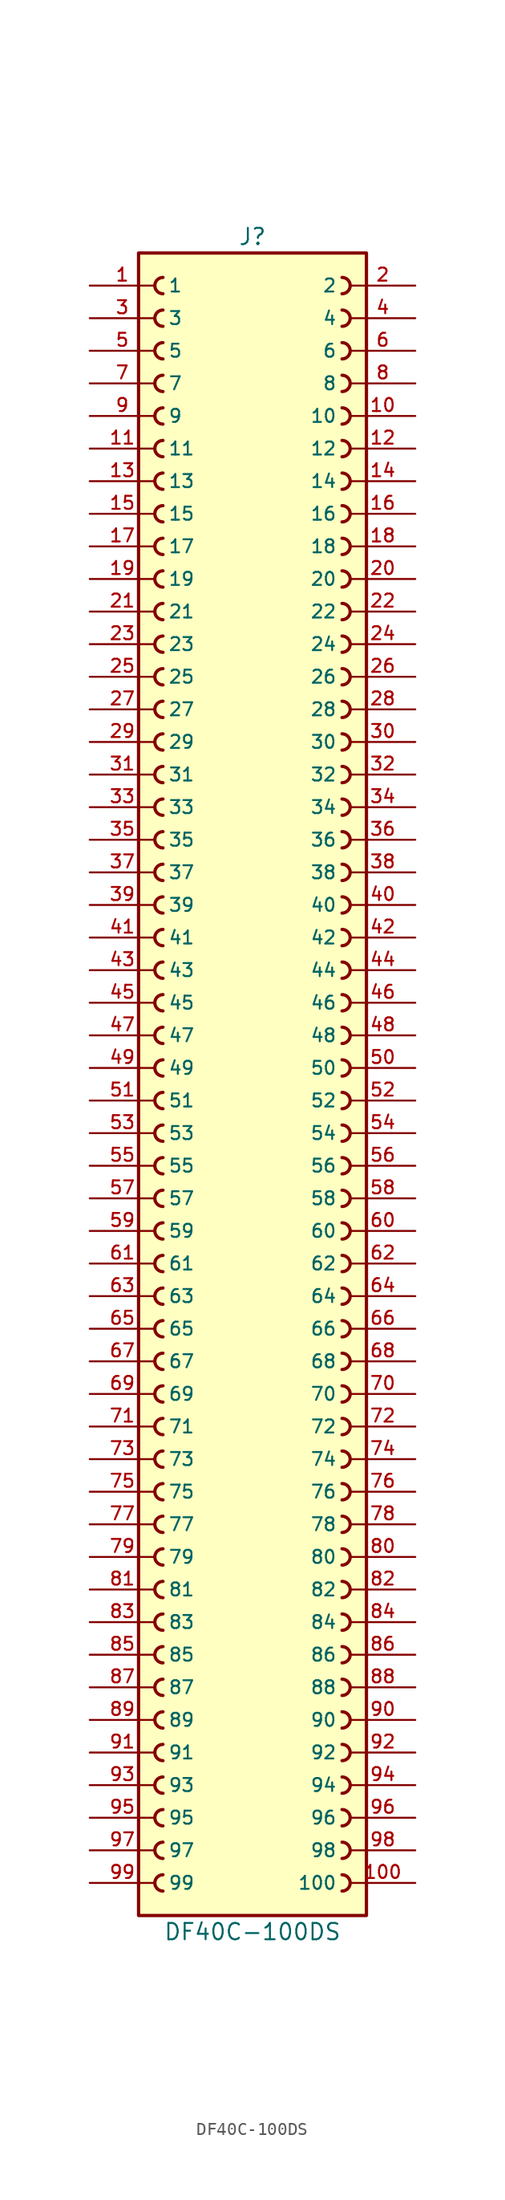
<source format=kicad_sym>
(kicad_symbol_lib
  (version 20241209)
  (generator "kicad_symbol_editor")
  (generator_version "9.0")
  (symbol "DF40C-100DS"
    (pin_names
      (offset 1.016))
    (property "Reference" "J"
      (at 0 64.77 0)
      (effects (font (size 1.27 1.27))))
    (property "Value" "DF40C-100DS"
      (at 0 -67.31 0)
      (effects (font (size 1.27 1.27))))
    (symbol "DF40C-100DS_0_0"
      (rectangle (start -8.89 63.5) (end 8.89 -66.04) (stroke (width 0.254) (type default)) (fill (type background)))
      (arc (start -6.985 60.325) (mid -7.6172 60.96) (end -6.985 61.595) (stroke (width 0.254) (type default)) (fill (type none)))
      (arc (start -6.985 57.785) (mid -7.6172 58.42) (end -6.985 59.055) (stroke (width 0.254) (type default)) (fill (type none)))
      (arc (start -6.985 55.245) (mid -7.6172 55.88) (end -6.985 56.515) (stroke (width 0.254) (type default)) (fill (type none)))
      (arc (start -6.985 52.705) (mid -7.6172 53.34) (end -6.985 53.975) (stroke (width 0.254) (type default)) (fill (type none)))
      (arc (start -6.985 50.165) (mid -7.6172 50.8) (end -6.985 51.435) (stroke (width 0.254) (type default)) (fill (type none)))
      (arc (start -6.985 47.625) (mid -7.6172 48.26) (end -6.985 48.895) (stroke (width 0.254) (type default)) (fill (type none)))
      (arc (start -6.985 45.085) (mid -7.6172 45.72) (end -6.985 46.355) (stroke (width 0.254) (type default)) (fill (type none)))
      (arc (start -6.985 42.545) (mid -7.6172 43.18) (end -6.985 43.815) (stroke (width 0.254) (type default)) (fill (type none)))
      (arc (start -6.985 40.005) (mid -7.6172 40.64) (end -6.985 41.275) (stroke (width 0.254) (type default)) (fill (type none)))
      (arc (start -6.985 37.465) (mid -7.6172 38.1) (end -6.985 38.735) (stroke (width 0.254) (type default)) (fill (type none)))
      (arc (start -6.985 34.925) (mid -7.6172 35.56) (end -6.985 36.195) (stroke (width 0.254) (type default)) (fill (type none)))
      (arc (start -6.985 32.385) (mid -7.6172 33.02) (end -6.985 33.655) (stroke (width 0.254) (type default)) (fill (type none)))
      (arc (start -6.985 29.845) (mid -7.6172 30.48) (end -6.985 31.115) (stroke (width 0.254) (type default)) (fill (type none)))
      (arc (start -6.985 27.305) (mid -7.6172 27.94) (end -6.985 28.575) (stroke (width 0.254) (type default)) (fill (type none)))
      (arc (start -6.985 24.765) (mid -7.6172 25.4) (end -6.985 26.035) (stroke (width 0.254) (type default)) (fill (type none)))
      (arc (start -6.985 22.225) (mid -7.6172 22.86) (end -6.985 23.495) (stroke (width 0.254) (type default)) (fill (type none)))
      (arc (start -6.985 19.685) (mid -7.6172 20.32) (end -6.985 20.955) (stroke (width 0.254) (type default)) (fill (type none)))
      (arc (start -6.985 17.145) (mid -7.6172 17.78) (end -6.985 18.415) (stroke (width 0.254) (type default)) (fill (type none)))
      (arc (start -6.985 14.605) (mid -7.6172 15.24) (end -6.985 15.875) (stroke (width 0.254) (type default)) (fill (type none)))
      (arc (start -6.985 12.065) (mid -7.6172 12.7) (end -6.985 13.335) (stroke (width 0.254) (type default)) (fill (type none)))
      (arc (start -6.985 9.525) (mid -7.6172 10.16) (end -6.985 10.795) (stroke (width 0.254) (type default)) (fill (type none)))
      (arc (start -6.985 6.985) (mid -7.6172 7.62) (end -6.985 8.255) (stroke (width 0.254) (type default)) (fill (type none)))
      (arc (start -6.985 4.445) (mid -7.6172 5.08) (end -6.985 5.715) (stroke (width 0.254) (type default)) (fill (type none)))
      (arc (start -6.985 1.905) (mid -7.6172 2.54) (end -6.985 3.175) (stroke (width 0.254) (type default)) (fill (type none)))
      (arc (start -6.985 -0.635) (mid -7.6172 0) (end -6.985 0.635) (stroke (width 0.254) (type default)) (fill (type none)))
      (arc (start -6.985 -3.175) (mid -7.6172 -2.54) (end -6.985 -1.905) (stroke (width 0.254) (type default)) (fill (type none)))
      (arc (start -6.985 -5.715) (mid -7.6172 -5.08) (end -6.985 -4.445) (stroke (width 0.254) (type default)) (fill (type none)))
      (arc (start -6.985 -8.255) (mid -7.6172 -7.62) (end -6.985 -6.985) (stroke (width 0.254) (type default)) (fill (type none)))
      (arc (start -6.985 -10.795) (mid -7.6172 -10.16) (end -6.985 -9.525) (stroke (width 0.254) (type default)) (fill (type none)))
      (arc (start -6.985 -13.335) (mid -7.6172 -12.7) (end -6.985 -12.065) (stroke (width 0.254) (type default)) (fill (type none)))
      (arc (start -6.985 -15.875) (mid -7.6172 -15.24) (end -6.985 -14.605) (stroke (width 0.254) (type default)) (fill (type none)))
      (arc (start -6.985 -18.415) (mid -7.6172 -17.78) (end -6.985 -17.145) (stroke (width 0.254) (type default)) (fill (type none)))
      (arc (start -6.985 -20.955) (mid -7.6172 -20.32) (end -6.985 -19.685) (stroke (width 0.254) (type default)) (fill (type none)))
      (arc (start -6.985 -23.495) (mid -7.6172 -22.86) (end -6.985 -22.225) (stroke (width 0.254) (type default)) (fill (type none)))
      (arc (start -6.985 -26.035) (mid -7.6172 -25.4) (end -6.985 -24.765) (stroke (width 0.254) (type default)) (fill (type none)))
      (arc (start -6.985 -28.575) (mid -7.6172 -27.94) (end -6.985 -27.305) (stroke (width 0.254) (type default)) (fill (type none)))
      (arc (start -6.985 -31.115) (mid -7.6172 -30.48) (end -6.985 -29.845) (stroke (width 0.254) (type default)) (fill (type none)))
      (arc (start -6.985 -33.655) (mid -7.6172 -33.02) (end -6.985 -32.385) (stroke (width 0.254) (type default)) (fill (type none)))
      (arc (start -6.985 -36.195) (mid -7.6172 -35.56) (end -6.985 -34.925) (stroke (width 0.254) (type default)) (fill (type none)))
      (arc (start -6.985 -38.735) (mid -7.6172 -38.1) (end -6.985 -37.465) (stroke (width 0.254) (type default)) (fill (type none)))
      (arc (start -6.985 -41.275) (mid -7.6172 -40.64) (end -6.985 -40.005) (stroke (width 0.254) (type default)) (fill (type none)))
      (arc (start -6.985 -43.815) (mid -7.6172 -43.18) (end -6.985 -42.545) (stroke (width 0.254) (type default)) (fill (type none)))
      (arc (start -6.985 -46.355) (mid -7.6172 -45.72) (end -6.985 -45.085) (stroke (width 0.254) (type default)) (fill (type none)))
      (arc (start -6.985 -48.895) (mid -7.6172 -48.26) (end -6.985 -47.625) (stroke (width 0.254) (type default)) (fill (type none)))
      (arc (start -6.985 -51.435) (mid -7.6172 -50.8) (end -6.985 -50.165) (stroke (width 0.254) (type default)) (fill (type none)))
      (arc (start -6.985 -53.975) (mid -7.6172 -53.34) (end -6.985 -52.705) (stroke (width 0.254) (type default)) (fill (type none)))
      (arc (start -6.985 -56.515) (mid -7.6172 -55.88) (end -6.985 -55.245) (stroke (width 0.254) (type default)) (fill (type none)))
      (arc (start -6.985 -59.055) (mid -7.6172 -58.42) (end -6.985 -57.785) (stroke (width 0.254) (type default)) (fill (type none)))
      (arc (start -6.985 -61.595) (mid -7.6172 -60.96) (end -6.985 -60.325) (stroke (width 0.254) (type default)) (fill (type none)))
      (arc (start -6.985 -64.135) (mid -7.6172 -63.5) (end -6.985 -62.865) (stroke (width 0.254) (type default)) (fill (type none)))
      (arc (start 6.985 61.595) (mid 7.6172 60.96) (end 6.985 60.325) (stroke (width 0.254) (type default)) (fill (type none)))
      (arc (start 6.985 59.055) (mid 7.6172 58.42) (end 6.985 57.785) (stroke (width 0.254) (type default)) (fill (type none)))
      (arc (start 6.985 56.515) (mid 7.6172 55.88) (end 6.985 55.245) (stroke (width 0.254) (type default)) (fill (type none)))
      (arc (start 6.985 53.975) (mid 7.6172 53.34) (end 6.985 52.705) (stroke (width 0.254) (type default)) (fill (type none)))
      (arc (start 6.985 51.435) (mid 7.6172 50.8) (end 6.985 50.165) (stroke (width 0.254) (type default)) (fill (type none)))
      (arc (start 6.985 48.895) (mid 7.6172 48.26) (end 6.985 47.625) (stroke (width 0.254) (type default)) (fill (type none)))
      (arc (start 6.985 46.355) (mid 7.6172 45.72) (end 6.985 45.085) (stroke (width 0.254) (type default)) (fill (type none)))
      (arc (start 6.985 43.815) (mid 7.6172 43.18) (end 6.985 42.545) (stroke (width 0.254) (type default)) (fill (type none)))
      (arc (start 6.985 41.275) (mid 7.6172 40.64) (end 6.985 40.005) (stroke (width 0.254) (type default)) (fill (type none)))
      (arc (start 6.985 38.735) (mid 7.6172 38.1) (end 6.985 37.465) (stroke (width 0.254) (type default)) (fill (type none)))
      (arc (start 6.985 36.195) (mid 7.6172 35.56) (end 6.985 34.925) (stroke (width 0.254) (type default)) (fill (type none)))
      (arc (start 6.985 33.655) (mid 7.6172 33.02) (end 6.985 32.385) (stroke (width 0.254) (type default)) (fill (type none)))
      (arc (start 6.985 31.115) (mid 7.6172 30.48) (end 6.985 29.845) (stroke (width 0.254) (type default)) (fill (type none)))
      (arc (start 6.985 28.575) (mid 7.6172 27.94) (end 6.985 27.305) (stroke (width 0.254) (type default)) (fill (type none)))
      (arc (start 6.985 26.035) (mid 7.6172 25.4) (end 6.985 24.765) (stroke (width 0.254) (type default)) (fill (type none)))
      (arc (start 6.985 23.495) (mid 7.6172 22.86) (end 6.985 22.225) (stroke (width 0.254) (type default)) (fill (type none)))
      (arc (start 6.985 20.955) (mid 7.6172 20.32) (end 6.985 19.685) (stroke (width 0.254) (type default)) (fill (type none)))
      (arc (start 6.985 18.415) (mid 7.6172 17.78) (end 6.985 17.145) (stroke (width 0.254) (type default)) (fill (type none)))
      (arc (start 6.985 15.875) (mid 7.6172 15.24) (end 6.985 14.605) (stroke (width 0.254) (type default)) (fill (type none)))
      (arc (start 6.985 13.335) (mid 7.6172 12.7) (end 6.985 12.065) (stroke (width 0.254) (type default)) (fill (type none)))
      (arc (start 6.985 10.795) (mid 7.6172 10.16) (end 6.985 9.525) (stroke (width 0.254) (type default)) (fill (type none)))
      (arc (start 6.985 8.255) (mid 7.6172 7.62) (end 6.985 6.985) (stroke (width 0.254) (type default)) (fill (type none)))
      (arc (start 6.985 5.715) (mid 7.6172 5.08) (end 6.985 4.445) (stroke (width 0.254) (type default)) (fill (type none)))
      (arc (start 6.985 3.175) (mid 7.6172 2.54) (end 6.985 1.905) (stroke (width 0.254) (type default)) (fill (type none)))
      (arc (start 6.985 0.635) (mid 7.6172 0) (end 6.985 -0.635) (stroke (width 0.254) (type default)) (fill (type none)))
      (arc (start 6.985 -1.905) (mid 7.6172 -2.54) (end 6.985 -3.175) (stroke (width 0.254) (type default)) (fill (type none)))
      (arc (start 6.985 -4.445) (mid 7.6172 -5.08) (end 6.985 -5.715) (stroke (width 0.254) (type default)) (fill (type none)))
      (arc (start 6.985 -6.985) (mid 7.6172 -7.62) (end 6.985 -8.255) (stroke (width 0.254) (type default)) (fill (type none)))
      (arc (start 6.985 -9.525) (mid 7.6172 -10.16) (end 6.985 -10.795) (stroke (width 0.254) (type default)) (fill (type none)))
      (arc (start 6.985 -12.065) (mid 7.6172 -12.7) (end 6.985 -13.335) (stroke (width 0.254) (type default)) (fill (type none)))
      (arc (start 6.985 -14.605) (mid 7.6172 -15.24) (end 6.985 -15.875) (stroke (width 0.254) (type default)) (fill (type none)))
      (arc (start 6.985 -17.145) (mid 7.6172 -17.78) (end 6.985 -18.415) (stroke (width 0.254) (type default)) (fill (type none)))
      (arc (start 6.985 -19.685) (mid 7.6172 -20.32) (end 6.985 -20.955) (stroke (width 0.254) (type default)) (fill (type none)))
      (arc (start 6.985 -22.225) (mid 7.6172 -22.86) (end 6.985 -23.495) (stroke (width 0.254) (type default)) (fill (type none)))
      (arc (start 6.985 -24.765) (mid 7.6172 -25.4) (end 6.985 -26.035) (stroke (width 0.254) (type default)) (fill (type none)))
      (arc (start 6.985 -27.305) (mid 7.6172 -27.94) (end 6.985 -28.575) (stroke (width 0.254) (type default)) (fill (type none)))
      (arc (start 6.985 -29.845) (mid 7.6172 -30.48) (end 6.985 -31.115) (stroke (width 0.254) (type default)) (fill (type none)))
      (arc (start 6.985 -32.385) (mid 7.6172 -33.02) (end 6.985 -33.655) (stroke (width 0.254) (type default)) (fill (type none)))
      (arc (start 6.985 -34.925) (mid 7.6172 -35.56) (end 6.985 -36.195) (stroke (width 0.254) (type default)) (fill (type none)))
      (arc (start 6.985 -37.465) (mid 7.6172 -38.1) (end 6.985 -38.735) (stroke (width 0.254) (type default)) (fill (type none)))
      (arc (start 6.985 -40.005) (mid 7.6172 -40.64) (end 6.985 -41.275) (stroke (width 0.254) (type default)) (fill (type none)))
      (arc (start 6.985 -42.545) (mid 7.6172 -43.18) (end 6.985 -43.815) (stroke (width 0.254) (type default)) (fill (type none)))
      (arc (start 6.985 -45.085) (mid 7.6172 -45.72) (end 6.985 -46.355) (stroke (width 0.254) (type default)) (fill (type none)))
      (arc (start 6.985 -47.625) (mid 7.6172 -48.26) (end 6.985 -48.895) (stroke (width 0.254) (type default)) (fill (type none)))
      (arc (start 6.985 -50.165) (mid 7.6172 -50.8) (end 6.985 -51.435) (stroke (width 0.254) (type default)) (fill (type none)))
      (arc (start 6.985 -52.705) (mid 7.6172 -53.34) (end 6.985 -53.975) (stroke (width 0.254) (type default)) (fill (type none)))
      (arc (start 6.985 -55.245) (mid 7.6172 -55.88) (end 6.985 -56.515) (stroke (width 0.254) (type default)) (fill (type none)))
      (arc (start 6.985 -57.785) (mid 7.6172 -58.42) (end 6.985 -59.055) (stroke (width 0.254) (type default)) (fill (type none)))
      (arc (start 6.985 -60.325) (mid 7.6172 -60.96) (end 6.985 -61.595) (stroke (width 0.254) (type default)) (fill (type none)))
      (arc (start 6.985 -62.865) (mid 7.6172 -63.5) (end 6.985 -64.135) (stroke (width 0.254) (type default)) (fill (type none)))
      (pin passive line (at -12.7 60.96 0) (length 5.08) (name "1" (effects (font (size 1.016 1.016)))) (number "1" (effects (font (size 1.016 1.016)))))
      (pin passive line (at -12.7 58.42 0) (length 5.08) (name "3" (effects (font (size 1.016 1.016)))) (number "3" (effects (font (size 1.016 1.016)))))
      (pin passive line (at -12.7 55.88 0) (length 5.08) (name "5" (effects (font (size 1.016 1.016)))) (number "5" (effects (font (size 1.016 1.016)))))
      (pin passive line (at -12.7 53.34 0) (length 5.08) (name "7" (effects (font (size 1.016 1.016)))) (number "7" (effects (font (size 1.016 1.016)))))
      (pin passive line (at -12.7 50.8 0) (length 5.08) (name "9" (effects (font (size 1.016 1.016)))) (number "9" (effects (font (size 1.016 1.016)))))
      (pin passive line (at -12.7 48.26 0) (length 5.08) (name "11" (effects (font (size 1.016 1.016)))) (number "11" (effects (font (size 1.016 1.016)))))
      (pin passive line (at -12.7 45.72 0) (length 5.08) (name "13" (effects (font (size 1.016 1.016)))) (number "13" (effects (font (size 1.016 1.016)))))
      (pin passive line (at -12.7 43.18 0) (length 5.08) (name "15" (effects (font (size 1.016 1.016)))) (number "15" (effects (font (size 1.016 1.016)))))
      (pin passive line (at -12.7 40.64 0) (length 5.08) (name "17" (effects (font (size 1.016 1.016)))) (number "17" (effects (font (size 1.016 1.016)))))
      (pin passive line (at -12.7 38.1 0) (length 5.08) (name "19" (effects (font (size 1.016 1.016)))) (number "19" (effects (font (size 1.016 1.016)))))
      (pin passive line (at -12.7 35.56 0) (length 5.08) (name "21" (effects (font (size 1.016 1.016)))) (number "21" (effects (font (size 1.016 1.016)))))
      (pin passive line (at -12.7 33.02 0) (length 5.08) (name "23" (effects (font (size 1.016 1.016)))) (number "23" (effects (font (size 1.016 1.016)))))
      (pin passive line (at -12.7 30.48 0) (length 5.08) (name "25" (effects (font (size 1.016 1.016)))) (number "25" (effects (font (size 1.016 1.016)))))
      (pin passive line (at -12.7 27.94 0) (length 5.08) (name "27" (effects (font (size 1.016 1.016)))) (number "27" (effects (font (size 1.016 1.016)))))
      (pin passive line (at -12.7 25.4 0) (length 5.08) (name "29" (effects (font (size 1.016 1.016)))) (number "29" (effects (font (size 1.016 1.016)))))
      (pin passive line (at -12.7 22.86 0) (length 5.08) (name "31" (effects (font (size 1.016 1.016)))) (number "31" (effects (font (size 1.016 1.016)))))
      (pin passive line (at -12.7 20.32 0) (length 5.08) (name "33" (effects (font (size 1.016 1.016)))) (number "33" (effects (font (size 1.016 1.016)))))
      (pin passive line (at -12.7 17.78 0) (length 5.08) (name "35" (effects (font (size 1.016 1.016)))) (number "35" (effects (font (size 1.016 1.016)))))
      (pin passive line (at -12.7 15.24 0) (length 5.08) (name "37" (effects (font (size 1.016 1.016)))) (number "37" (effects (font (size 1.016 1.016)))))
      (pin passive line (at -12.7 12.7 0) (length 5.08) (name "39" (effects (font (size 1.016 1.016)))) (number "39" (effects (font (size 1.016 1.016)))))
      (pin passive line (at -12.7 10.16 0) (length 5.08) (name "41" (effects (font (size 1.016 1.016)))) (number "41" (effects (font (size 1.016 1.016)))))
      (pin passive line (at -12.7 7.62 0) (length 5.08) (name "43" (effects (font (size 1.016 1.016)))) (number "43" (effects (font (size 1.016 1.016)))))
      (pin passive line (at -12.7 5.08 0) (length 5.08) (name "45" (effects (font (size 1.016 1.016)))) (number "45" (effects (font (size 1.016 1.016)))))
      (pin passive line (at -12.7 2.54 0) (length 5.08) (name "47" (effects (font (size 1.016 1.016)))) (number "47" (effects (font (size 1.016 1.016)))))
      (pin passive line (at -12.7 0 0) (length 5.08) (name "49" (effects (font (size 1.016 1.016)))) (number "49" (effects (font (size 1.016 1.016)))))
      (pin passive line (at -12.7 -2.54 0) (length 5.08) (name "51" (effects (font (size 1.016 1.016)))) (number "51" (effects (font (size 1.016 1.016)))))
      (pin passive line (at -12.7 -5.08 0) (length 5.08) (name "53" (effects (font (size 1.016 1.016)))) (number "53" (effects (font (size 1.016 1.016)))))
      (pin passive line (at -12.7 -7.62 0) (length 5.08) (name "55" (effects (font (size 1.016 1.016)))) (number "55" (effects (font (size 1.016 1.016)))))
      (pin passive line (at -12.7 -10.16 0) (length 5.08) (name "57" (effects (font (size 1.016 1.016)))) (number "57" (effects (font (size 1.016 1.016)))))
      (pin passive line (at -12.7 -12.7 0) (length 5.08) (name "59" (effects (font (size 1.016 1.016)))) (number "59" (effects (font (size 1.016 1.016)))))
      (pin passive line (at -12.7 -15.24 0) (length 5.08) (name "61" (effects (font (size 1.016 1.016)))) (number "61" (effects (font (size 1.016 1.016)))))
      (pin passive line (at -12.7 -17.78 0) (length 5.08) (name "63" (effects (font (size 1.016 1.016)))) (number "63" (effects (font (size 1.016 1.016)))))
      (pin passive line (at -12.7 -20.32 0) (length 5.08) (name "65" (effects (font (size 1.016 1.016)))) (number "65" (effects (font (size 1.016 1.016)))))
      (pin passive line (at -12.7 -22.86 0) (length 5.08) (name "67" (effects (font (size 1.016 1.016)))) (number "67" (effects (font (size 1.016 1.016)))))
      (pin passive line (at -12.7 -25.4 0) (length 5.08) (name "69" (effects (font (size 1.016 1.016)))) (number "69" (effects (font (size 1.016 1.016)))))
      (pin passive line (at -12.7 -27.94 0) (length 5.08) (name "71" (effects (font (size 1.016 1.016)))) (number "71" (effects (font (size 1.016 1.016)))))
      (pin passive line (at -12.7 -30.48 0) (length 5.08) (name "73" (effects (font (size 1.016 1.016)))) (number "73" (effects (font (size 1.016 1.016)))))
      (pin passive line (at -12.7 -33.02 0) (length 5.08) (name "75" (effects (font (size 1.016 1.016)))) (number "75" (effects (font (size 1.016 1.016)))))
      (pin passive line (at -12.7 -35.56 0) (length 5.08) (name "77" (effects (font (size 1.016 1.016)))) (number "77" (effects (font (size 1.016 1.016)))))
      (pin passive line (at -12.7 -38.1 0) (length 5.08) (name "79" (effects (font (size 1.016 1.016)))) (number "79" (effects (font (size 1.016 1.016)))))
      (pin passive line (at -12.7 -40.64 0) (length 5.08) (name "81" (effects (font (size 1.016 1.016)))) (number "81" (effects (font (size 1.016 1.016)))))
      (pin passive line (at -12.7 -43.18 0) (length 5.08) (name "83" (effects (font (size 1.016 1.016)))) (number "83" (effects (font (size 1.016 1.016)))))
      (pin passive line (at -12.7 -45.72 0) (length 5.08) (name "85" (effects (font (size 1.016 1.016)))) (number "85" (effects (font (size 1.016 1.016)))))
      (pin passive line (at -12.7 -48.26 0) (length 5.08) (name "87" (effects (font (size 1.016 1.016)))) (number "87" (effects (font (size 1.016 1.016)))))
      (pin passive line (at -12.7 -50.8 0) (length 5.08) (name "89" (effects (font (size 1.016 1.016)))) (number "89" (effects (font (size 1.016 1.016)))))
      (pin passive line (at -12.7 -53.34 0) (length 5.08) (name "91" (effects (font (size 1.016 1.016)))) (number "91" (effects (font (size 1.016 1.016)))))
      (pin passive line (at -12.7 -55.88 0) (length 5.08) (name "93" (effects (font (size 1.016 1.016)))) (number "93" (effects (font (size 1.016 1.016)))))
      (pin passive line (at -12.7 -58.42 0) (length 5.08) (name "95" (effects (font (size 1.016 1.016)))) (number "95" (effects (font (size 1.016 1.016)))))
      (pin passive line (at -12.7 -60.96 0) (length 5.08) (name "97" (effects (font (size 1.016 1.016)))) (number "97" (effects (font (size 1.016 1.016)))))
      (pin passive line (at -12.7 -63.5 0) (length 5.08) (name "99" (effects (font (size 1.016 1.016)))) (number "99" (effects (font (size 1.016 1.016)))))
      (pin passive line (at 12.7 60.96 180) (length 5.08) (name "2" (effects (font (size 1.016 1.016)))) (number "2" (effects (font (size 1.016 1.016)))))
      (pin passive line (at 12.7 58.42 180) (length 5.08) (name "4" (effects (font (size 1.016 1.016)))) (number "4" (effects (font (size 1.016 1.016)))))
      (pin passive line (at 12.7 55.88 180) (length 5.08) (name "6" (effects (font (size 1.016 1.016)))) (number "6" (effects (font (size 1.016 1.016)))))
      (pin passive line (at 12.7 53.34 180) (length 5.08) (name "8" (effects (font (size 1.016 1.016)))) (number "8" (effects (font (size 1.016 1.016)))))
      (pin passive line (at 12.7 50.8 180) (length 5.08) (name "10" (effects (font (size 1.016 1.016)))) (number "10" (effects (font (size 1.016 1.016)))))
      (pin passive line (at 12.7 48.26 180) (length 5.08) (name "12" (effects (font (size 1.016 1.016)))) (number "12" (effects (font (size 1.016 1.016)))))
      (pin passive line (at 12.7 45.72 180) (length 5.08) (name "14" (effects (font (size 1.016 1.016)))) (number "14" (effects (font (size 1.016 1.016)))))
      (pin passive line (at 12.7 43.18 180) (length 5.08) (name "16" (effects (font (size 1.016 1.016)))) (number "16" (effects (font (size 1.016 1.016)))))
      (pin passive line (at 12.7 40.64 180) (length 5.08) (name "18" (effects (font (size 1.016 1.016)))) (number "18" (effects (font (size 1.016 1.016)))))
      (pin passive line (at 12.7 38.1 180) (length 5.08) (name "20" (effects (font (size 1.016 1.016)))) (number "20" (effects (font (size 1.016 1.016)))))
      (pin passive line (at 12.7 35.56 180) (length 5.08) (name "22" (effects (font (size 1.016 1.016)))) (number "22" (effects (font (size 1.016 1.016)))))
      (pin passive line (at 12.7 33.02 180) (length 5.08) (name "24" (effects (font (size 1.016 1.016)))) (number "24" (effects (font (size 1.016 1.016)))))
      (pin passive line (at 12.7 30.48 180) (length 5.08) (name "26" (effects (font (size 1.016 1.016)))) (number "26" (effects (font (size 1.016 1.016)))))
      (pin passive line (at 12.7 27.94 180) (length 5.08) (name "28" (effects (font (size 1.016 1.016)))) (number "28" (effects (font (size 1.016 1.016)))))
      (pin passive line (at 12.7 25.4 180) (length 5.08) (name "30" (effects (font (size 1.016 1.016)))) (number "30" (effects (font (size 1.016 1.016)))))
      (pin passive line (at 12.7 22.86 180) (length 5.08) (name "32" (effects (font (size 1.016 1.016)))) (number "32" (effects (font (size 1.016 1.016)))))
      (pin passive line (at 12.7 20.32 180) (length 5.08) (name "34" (effects (font (size 1.016 1.016)))) (number "34" (effects (font (size 1.016 1.016)))))
      (pin passive line (at 12.7 17.78 180) (length 5.08) (name "36" (effects (font (size 1.016 1.016)))) (number "36" (effects (font (size 1.016 1.016)))))
      (pin passive line (at 12.7 15.24 180) (length 5.08) (name "38" (effects (font (size 1.016 1.016)))) (number "38" (effects (font (size 1.016 1.016)))))
      (pin passive line (at 12.7 12.7 180) (length 5.08) (name "40" (effects (font (size 1.016 1.016)))) (number "40" (effects (font (size 1.016 1.016)))))
      (pin passive line (at 12.7 10.16 180) (length 5.08) (name "42" (effects (font (size 1.016 1.016)))) (number "42" (effects (font (size 1.016 1.016)))))
      (pin passive line (at 12.7 7.62 180) (length 5.08) (name "44" (effects (font (size 1.016 1.016)))) (number "44" (effects (font (size 1.016 1.016)))))
      (pin passive line (at 12.7 5.08 180) (length 5.08) (name "46" (effects (font (size 1.016 1.016)))) (number "46" (effects (font (size 1.016 1.016)))))
      (pin passive line (at 12.7 2.54 180) (length 5.08) (name "48" (effects (font (size 1.016 1.016)))) (number "48" (effects (font (size 1.016 1.016)))))
      (pin passive line (at 12.7 0 180) (length 5.08) (name "50" (effects (font (size 1.016 1.016)))) (number "50" (effects (font (size 1.016 1.016)))))
      (pin passive line (at 12.7 -2.54 180) (length 5.08) (name "52" (effects (font (size 1.016 1.016)))) (number "52" (effects (font (size 1.016 1.016)))))
      (pin passive line (at 12.7 -5.08 180) (length 5.08) (name "54" (effects (font (size 1.016 1.016)))) (number "54" (effects (font (size 1.016 1.016)))))
      (pin passive line (at 12.7 -7.62 180) (length 5.08) (name "56" (effects (font (size 1.016 1.016)))) (number "56" (effects (font (size 1.016 1.016)))))
      (pin passive line (at 12.7 -10.16 180) (length 5.08) (name "58" (effects (font (size 1.016 1.016)))) (number "58" (effects (font (size 1.016 1.016)))))
      (pin passive line (at 12.7 -12.7 180) (length 5.08) (name "60" (effects (font (size 1.016 1.016)))) (number "60" (effects (font (size 1.016 1.016)))))
      (pin passive line (at 12.7 -15.24 180) (length 5.08) (name "62" (effects (font (size 1.016 1.016)))) (number "62" (effects (font (size 1.016 1.016)))))
      (pin passive line (at 12.7 -17.78 180) (length 5.08) (name "64" (effects (font (size 1.016 1.016)))) (number "64" (effects (font (size 1.016 1.016)))))
      (pin passive line (at 12.7 -20.32 180) (length 5.08) (name "66" (effects (font (size 1.016 1.016)))) (number "66" (effects (font (size 1.016 1.016)))))
      (pin passive line (at 12.7 -22.86 180) (length 5.08) (name "68" (effects (font (size 1.016 1.016)))) (number "68" (effects (font (size 1.016 1.016)))))
      (pin passive line (at 12.7 -25.4 180) (length 5.08) (name "70" (effects (font (size 1.016 1.016)))) (number "70" (effects (font (size 1.016 1.016)))))
      (pin passive line (at 12.7 -27.94 180) (length 5.08) (name "72" (effects (font (size 1.016 1.016)))) (number "72" (effects (font (size 1.016 1.016)))))
      (pin passive line (at 12.7 -30.48 180) (length 5.08) (name "74" (effects (font (size 1.016 1.016)))) (number "74" (effects (font (size 1.016 1.016)))))
      (pin passive line (at 12.7 -33.02 180) (length 5.08) (name "76" (effects (font (size 1.016 1.016)))) (number "76" (effects (font (size 1.016 1.016)))))
      (pin passive line (at 12.7 -35.56 180) (length 5.08) (name "78" (effects (font (size 1.016 1.016)))) (number "78" (effects (font (size 1.016 1.016)))))
      (pin passive line (at 12.7 -38.1 180) (length 5.08) (name "80" (effects (font (size 1.016 1.016)))) (number "80" (effects (font (size 1.016 1.016)))))
      (pin passive line (at 12.7 -40.64 180) (length 5.08) (name "82" (effects (font (size 1.016 1.016)))) (number "82" (effects (font (size 1.016 1.016)))))
      (pin passive line (at 12.7 -43.18 180) (length 5.08) (name "84" (effects (font (size 1.016 1.016)))) (number "84" (effects (font (size 1.016 1.016)))))
      (pin passive line (at 12.7 -45.72 180) (length 5.08) (name "86" (effects (font (size 1.016 1.016)))) (number "86" (effects (font (size 1.016 1.016)))))
      (pin passive line (at 12.7 -48.26 180) (length 5.08) (name "88" (effects (font (size 1.016 1.016)))) (number "88" (effects (font (size 1.016 1.016)))))
      (pin passive line (at 12.7 -50.8 180) (length 5.08) (name "90" (effects (font (size 1.016 1.016)))) (number "90" (effects (font (size 1.016 1.016)))))
      (pin passive line (at 12.7 -53.34 180) (length 5.08) (name "92" (effects (font (size 1.016 1.016)))) (number "92" (effects (font (size 1.016 1.016)))))
      (pin passive line (at 12.7 -55.88 180) (length 5.08) (name "94" (effects (font (size 1.016 1.016)))) (number "94" (effects (font (size 1.016 1.016)))))
      (pin passive line (at 12.7 -58.42 180) (length 5.08) (name "96" (effects (font (size 1.016 1.016)))) (number "96" (effects (font (size 1.016 1.016)))))
      (pin passive line (at 12.7 -60.96 180) (length 5.08) (name "98" (effects (font (size 1.016 1.016)))) (number "98" (effects (font (size 1.016 1.016)))))
      (pin passive line (at 12.7 -63.5 180) (length 5.08) (name "100" (effects (font (size 1.016 1.016)))) (number "100" (effects (font (size 1.016 1.016))))))))
</source>
